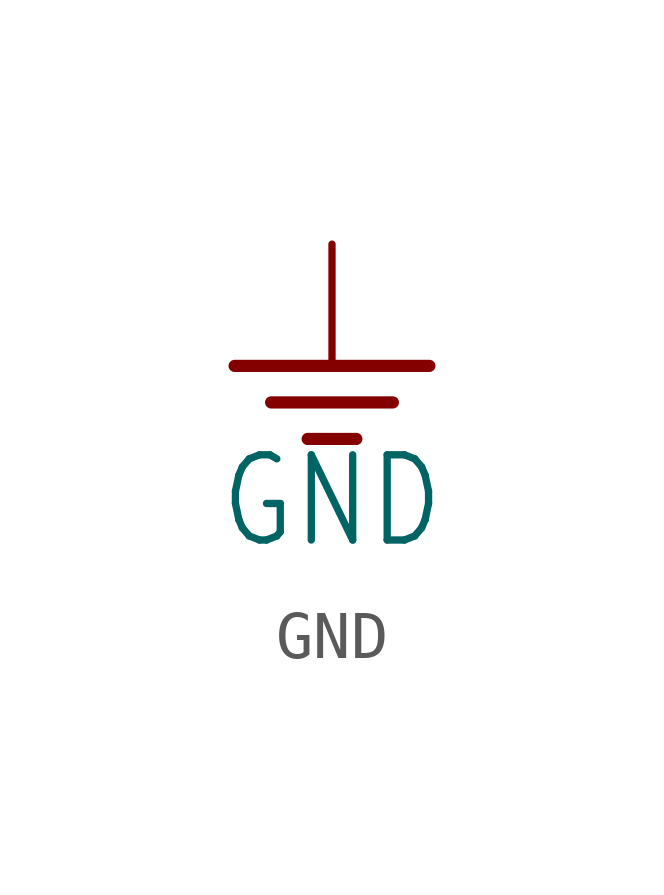
<source format=kicad_sym>
(kicad_symbol_lib
  (version 20220914)
  (generator kicad_symbol_editor)
  (symbol "GND"
    (power)
    (property "Reference" ""
      (at 0 0 0)
      (effects (font (size 1.27 1.27)) hide))
    (property "Value" "GND"
      (at 0 -1.778 0)
      (effects (font (size 1.778 1.511)) (justify top)))
    (property "ki_locked" ""
      (at 0 0 0)
      (effects (font (size 1.27 1.27))))
    (symbol "GND_1_0"
      (polyline (pts (xy -2.032 0) (xy 2.032 0)) (stroke (width 0.254) (type solid)) (fill (type none)))
      (polyline (pts (xy -1.27 -0.762) (xy 1.27 -0.762)) (stroke (width 0.254) (type solid)) (fill (type none)))
      (polyline (pts (xy -0.508 -1.524) (xy 0.508 -1.524)) (stroke (width 0.254) (type solid)) (fill (type none)))
      (pin power_in line (at 0 2.54 270) (length 2.54) (name "GND" (effects (font (size 0 0)))) (number "1" (effects (font (size 0 0))))))))
</source>
